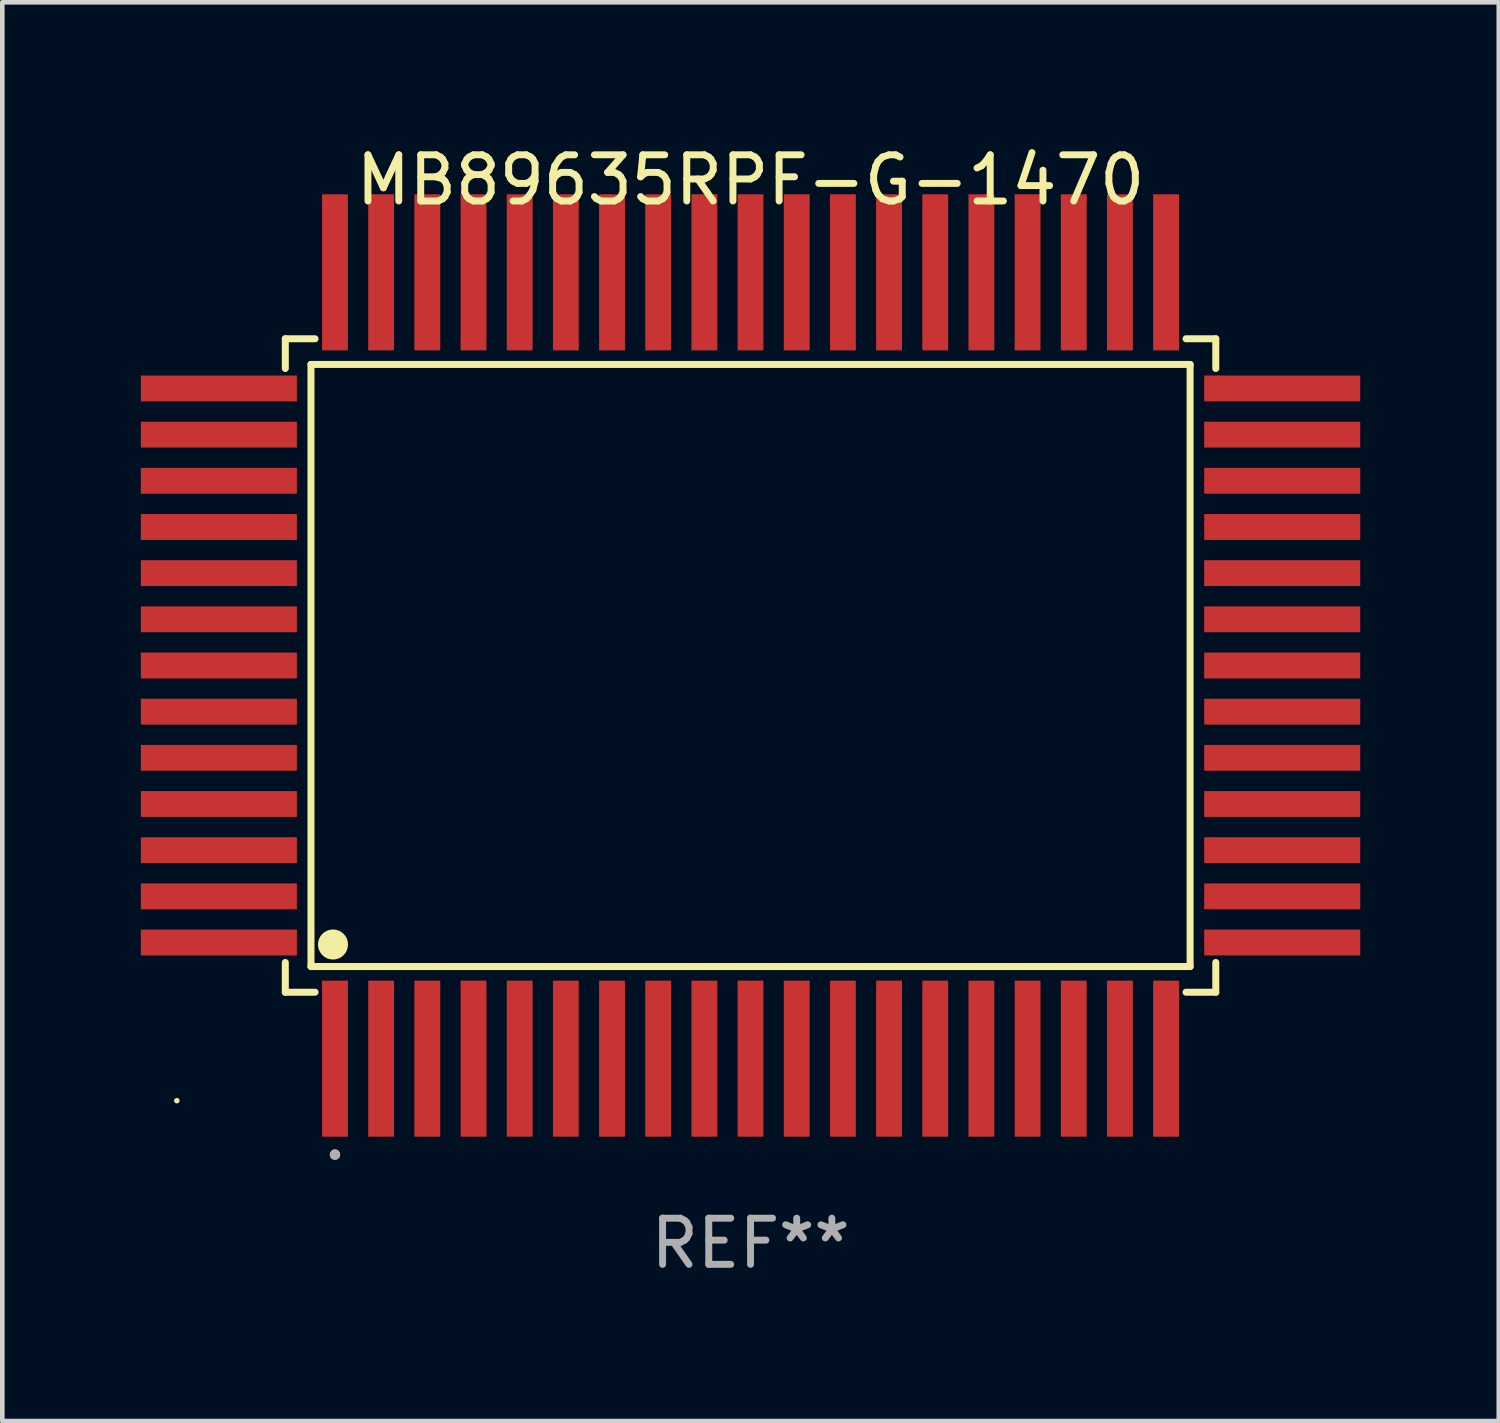
<source format=kicad_pcb>
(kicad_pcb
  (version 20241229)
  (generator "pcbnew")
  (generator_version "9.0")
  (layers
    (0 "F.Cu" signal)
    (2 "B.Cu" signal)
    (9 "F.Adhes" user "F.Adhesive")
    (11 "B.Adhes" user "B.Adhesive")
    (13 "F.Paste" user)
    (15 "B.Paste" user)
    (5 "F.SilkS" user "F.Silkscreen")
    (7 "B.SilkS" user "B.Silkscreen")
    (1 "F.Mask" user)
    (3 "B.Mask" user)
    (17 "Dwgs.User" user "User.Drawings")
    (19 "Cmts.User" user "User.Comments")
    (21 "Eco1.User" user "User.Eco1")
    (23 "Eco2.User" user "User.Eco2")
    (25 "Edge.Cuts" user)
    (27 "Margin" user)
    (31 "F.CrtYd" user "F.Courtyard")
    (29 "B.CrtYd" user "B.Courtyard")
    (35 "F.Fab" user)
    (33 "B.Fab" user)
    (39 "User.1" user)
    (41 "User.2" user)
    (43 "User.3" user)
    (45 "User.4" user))
  (footprint "MB89635RPF-G-1470"
    (layer "F.Cu")
    (at 13.205 11.363)
    (property "Reference" "MB89635RPF-G-1470" (at 0 -10.515 0) (layer "F.SilkS") (effects (font (size 1 1) (thickness 0.15))))
    (attr through_hole)
    (fp_line (start -10.076 -7.076) (end -10.076 -6.432) (stroke (width 0.152) (type solid)) (layer "F.SilkS"))
    (fp_line (start -10.076 7.076) (end -10.076 6.432) (stroke (width 0.152) (type solid)) (layer "F.SilkS"))
    (fp_line (start -9.52 -6.52) (end 9.52 -6.52) (stroke (width 0.152) (type solid)) (layer "F.SilkS"))
    (fp_line (start -9.52 6.52) (end -9.52 -6.52) (stroke (width 0.152) (type solid)) (layer "F.SilkS"))
    (fp_line (start -9.432 -7.076) (end -10.076 -7.076) (stroke (width 0.152) (type solid)) (layer "F.SilkS"))
    (fp_line (start -9.432 7.076) (end -10.076 7.076) (stroke (width 0.152) (type solid)) (layer "F.SilkS"))
    (fp_line (start 9.432 -7.076) (end 10.076 -7.076) (stroke (width 0.152) (type solid)) (layer "F.SilkS"))
    (fp_line (start 9.432 7.076) (end 10.076 7.076) (stroke (width 0.152) (type solid)) (layer "F.SilkS"))
    (fp_line (start 9.52 -6.52) (end 9.52 6.52) (stroke (width 0.152) (type solid)) (layer "F.SilkS"))
    (fp_line (start 9.52 6.52) (end -9.52 6.52) (stroke (width 0.152) (type solid)) (layer "F.SilkS"))
    (fp_line (start 10.076 -7.076) (end 10.076 -6.432) (stroke (width 0.152) (type solid)) (layer "F.SilkS"))
    (fp_line (start 10.076 7.076) (end 10.076 6.432) (stroke (width 0.152) (type solid)) (layer "F.SilkS"))
    (fp_circle (center -12.425 9.425) (end -12.395 9.425) (stroke (width 0.06) (type solid)) (fill no) (layer "F.SilkS"))
    (fp_circle (center -9.043 6.043) (end -8.88 6.043) (stroke (width 0.325) (type solid)) (fill no) (layer "F.SilkS"))
    (fp_circle (center -9 10.593) (end -8.944 10.593) (stroke (width 0.112) (type solid)) (fill no) (layer "F.SilkS"))
    (fp_circle (center -9 10.593) (end -8.944 10.593) (stroke (width 0.112) (type solid)) (fill no) (layer "F.Fab"))
    (fp_text user "REF**" (at 0 12.515 0) (layer "F.Fab") (effects (font (size 1 1) (thickness 0.15))))
    (pad "1" smd rect (at -9 8.515) (size 0.56 3.38) (layers "F.Cu" "F.Mask" "F.Paste"))
    (pad "2" smd rect (at -8 8.515) (size 0.56 3.38) (layers "F.Cu" "F.Mask" "F.Paste"))
    (pad "3" smd rect (at -7 8.515) (size 0.56 3.38) (layers "F.Cu" "F.Mask" "F.Paste"))
    (pad "4" smd rect (at -6 8.515) (size 0.56 3.38) (layers "F.Cu" "F.Mask" "F.Paste"))
    (pad "5" smd rect (at -5 8.515) (size 0.56 3.38) (layers "F.Cu" "F.Mask" "F.Paste"))
    (pad "6" smd rect (at -4 8.515) (size 0.56 3.38) (layers "F.Cu" "F.Mask" "F.Paste"))
    (pad "7" smd rect (at -3 8.515) (size 0.56 3.38) (layers "F.Cu" "F.Mask" "F.Paste"))
    (pad "8" smd rect (at -2 8.515) (size 0.56 3.38) (layers "F.Cu" "F.Mask" "F.Paste"))
    (pad "9" smd rect (at -1 8.515) (size 0.56 3.38) (layers "F.Cu" "F.Mask" "F.Paste"))
    (pad "10" smd rect (at 0 8.515) (size 0.56 3.38) (layers "F.Cu" "F.Mask" "F.Paste"))
    (pad "11" smd rect (at 1 8.515) (size 0.56 3.38) (layers "F.Cu" "F.Mask" "F.Paste"))
    (pad "12" smd rect (at 2 8.515) (size 0.56 3.38) (layers "F.Cu" "F.Mask" "F.Paste"))
    (pad "13" smd rect (at 3 8.515) (size 0.56 3.38) (layers "F.Cu" "F.Mask" "F.Paste"))
    (pad "14" smd rect (at 4 8.515) (size 0.56 3.38) (layers "F.Cu" "F.Mask" "F.Paste"))
    (pad "15" smd rect (at 5 8.515) (size 0.56 3.38) (layers "F.Cu" "F.Mask" "F.Paste"))
    (pad "16" smd rect (at 6 8.515) (size 0.56 3.38) (layers "F.Cu" "F.Mask" "F.Paste"))
    (pad "17" smd rect (at 7 8.515) (size 0.56 3.38) (layers "F.Cu" "F.Mask" "F.Paste"))
    (pad "18" smd rect (at 8 8.515) (size 0.56 3.38) (layers "F.Cu" "F.Mask" "F.Paste"))
    (pad "19" smd rect (at 9 8.515) (size 0.56 3.38) (layers "F.Cu" "F.Mask" "F.Paste"))
    (pad "20" smd rect (at 11.515 6) (size 3.38 0.56) (layers "F.Cu" "F.Mask" "F.Paste"))
    (pad "21" smd rect (at 11.515 5) (size 3.38 0.56) (layers "F.Cu" "F.Mask" "F.Paste"))
    (pad "22" smd rect (at 11.515 4) (size 3.38 0.56) (layers "F.Cu" "F.Mask" "F.Paste"))
    (pad "23" smd rect (at 11.515 3) (size 3.38 0.56) (layers "F.Cu" "F.Mask" "F.Paste"))
    (pad "24" smd rect (at 11.515 2) (size 3.38 0.56) (layers "F.Cu" "F.Mask" "F.Paste"))
    (pad "25" smd rect (at 11.515 1) (size 3.38 0.56) (layers "F.Cu" "F.Mask" "F.Paste"))
    (pad "26" smd rect (at 11.515 0) (size 3.38 0.56) (layers "F.Cu" "F.Mask" "F.Paste"))
    (pad "27" smd rect (at 11.515 -1) (size 3.38 0.56) (layers "F.Cu" "F.Mask" "F.Paste"))
    (pad "28" smd rect (at 11.515 -2) (size 3.38 0.56) (layers "F.Cu" "F.Mask" "F.Paste"))
    (pad "29" smd rect (at 11.515 -3) (size 3.38 0.56) (layers "F.Cu" "F.Mask" "F.Paste"))
    (pad "30" smd rect (at 11.515 -4) (size 3.38 0.56) (layers "F.Cu" "F.Mask" "F.Paste"))
    (pad "31" smd rect (at 11.515 -5) (size 3.38 0.56) (layers "F.Cu" "F.Mask" "F.Paste"))
    (pad "32" smd rect (at 11.515 -6) (size 3.38 0.56) (layers "F.Cu" "F.Mask" "F.Paste"))
    (pad "33" smd rect (at 9 -8.515) (size 0.56 3.38) (layers "F.Cu" "F.Mask" "F.Paste"))
    (pad "34" smd rect (at 8 -8.515) (size 0.56 3.38) (layers "F.Cu" "F.Mask" "F.Paste"))
    (pad "35" smd rect (at 7 -8.515) (size 0.56 3.38) (layers "F.Cu" "F.Mask" "F.Paste"))
    (pad "36" smd rect (at 6 -8.515) (size 0.56 3.38) (layers "F.Cu" "F.Mask" "F.Paste"))
    (pad "37" smd rect (at 5 -8.515) (size 0.56 3.38) (layers "F.Cu" "F.Mask" "F.Paste"))
    (pad "38" smd rect (at 4 -8.515) (size 0.56 3.38) (layers "F.Cu" "F.Mask" "F.Paste"))
    (pad "39" smd rect (at 3 -8.515) (size 0.56 3.38) (layers "F.Cu" "F.Mask" "F.Paste"))
    (pad "40" smd rect (at 2 -8.515) (size 0.56 3.38) (layers "F.Cu" "F.Mask" "F.Paste"))
    (pad "41" smd rect (at 1 -8.515) (size 0.56 3.38) (layers "F.Cu" "F.Mask" "F.Paste"))
    (pad "42" smd rect (at 0 -8.515) (size 0.56 3.38) (layers "F.Cu" "F.Mask" "F.Paste"))
    (pad "43" smd rect (at -1 -8.515) (size 0.56 3.38) (layers "F.Cu" "F.Mask" "F.Paste"))
    (pad "44" smd rect (at -2 -8.515) (size 0.56 3.38) (layers "F.Cu" "F.Mask" "F.Paste"))
    (pad "45" smd rect (at -3 -8.515) (size 0.56 3.38) (layers "F.Cu" "F.Mask" "F.Paste"))
    (pad "46" smd rect (at -4 -8.515) (size 0.56 3.38) (layers "F.Cu" "F.Mask" "F.Paste"))
    (pad "47" smd rect (at -5 -8.515) (size 0.56 3.38) (layers "F.Cu" "F.Mask" "F.Paste"))
    (pad "48" smd rect (at -6 -8.515) (size 0.56 3.38) (layers "F.Cu" "F.Mask" "F.Paste"))
    (pad "49" smd rect (at -7 -8.515) (size 0.56 3.38) (layers "F.Cu" "F.Mask" "F.Paste"))
    (pad "50" smd rect (at -8 -8.515) (size 0.56 3.38) (layers "F.Cu" "F.Mask" "F.Paste"))
    (pad "51" smd rect (at -9 -8.515) (size 0.56 3.38) (layers "F.Cu" "F.Mask" "F.Paste"))
    (pad "52" smd rect (at -11.515 -6) (size 3.38 0.56) (layers "F.Cu" "F.Mask" "F.Paste"))
    (pad "53" smd rect (at -11.515 -5) (size 3.38 0.56) (layers "F.Cu" "F.Mask" "F.Paste"))
    (pad "54" smd rect (at -11.515 -4) (size 3.38 0.56) (layers "F.Cu" "F.Mask" "F.Paste"))
    (pad "55" smd rect (at -11.515 -3) (size 3.38 0.56) (layers "F.Cu" "F.Mask" "F.Paste"))
    (pad "56" smd rect (at -11.515 -2) (size 3.38 0.56) (layers "F.Cu" "F.Mask" "F.Paste"))
    (pad "57" smd rect (at -11.515 -1) (size 3.38 0.56) (layers "F.Cu" "F.Mask" "F.Paste"))
    (pad "58" smd rect (at -11.515 0) (size 3.38 0.56) (layers "F.Cu" "F.Mask" "F.Paste"))
    (pad "59" smd rect (at -11.515 1) (size 3.38 0.56) (layers "F.Cu" "F.Mask" "F.Paste"))
    (pad "60" smd rect (at -11.515 2) (size 3.38 0.56) (layers "F.Cu" "F.Mask" "F.Paste"))
    (pad "61" smd rect (at -11.515 3) (size 3.38 0.56) (layers "F.Cu" "F.Mask" "F.Paste"))
    (pad "62" smd rect (at -11.515 4) (size 3.38 0.56) (layers "F.Cu" "F.Mask" "F.Paste"))
    (pad "63" smd rect (at -11.515 5) (size 3.38 0.56) (layers "F.Cu" "F.Mask" "F.Paste"))
    (pad "64" smd rect (at -11.515 6) (size 3.38 0.56) (layers "F.Cu" "F.Mask" "F.Paste")))
  (gr_rect
    (start -3 -3)
    (end 29.41 27.727)
    (stroke (width 0.1) (type default))
    (fill no)
    (layer "Edge.Cuts")))
</source>
